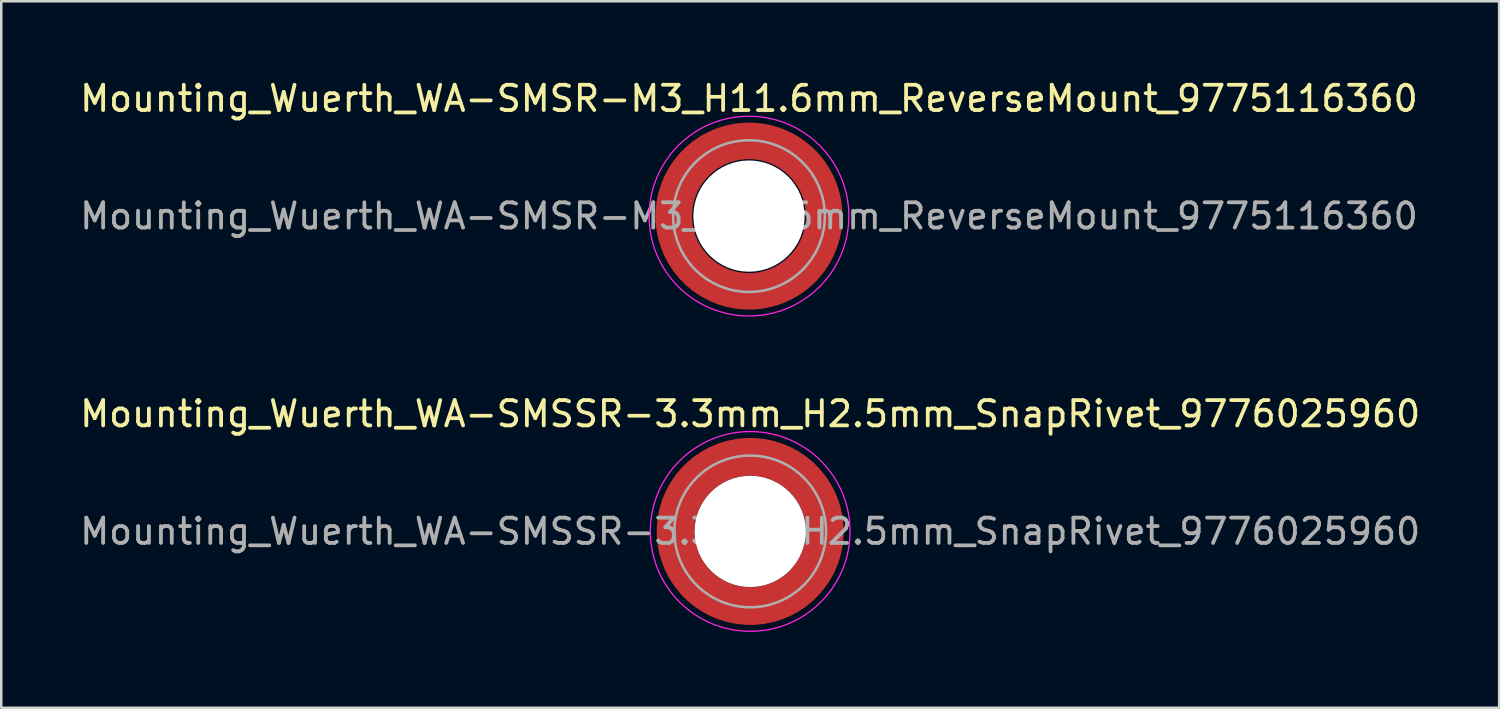
<source format=kicad_pcb>
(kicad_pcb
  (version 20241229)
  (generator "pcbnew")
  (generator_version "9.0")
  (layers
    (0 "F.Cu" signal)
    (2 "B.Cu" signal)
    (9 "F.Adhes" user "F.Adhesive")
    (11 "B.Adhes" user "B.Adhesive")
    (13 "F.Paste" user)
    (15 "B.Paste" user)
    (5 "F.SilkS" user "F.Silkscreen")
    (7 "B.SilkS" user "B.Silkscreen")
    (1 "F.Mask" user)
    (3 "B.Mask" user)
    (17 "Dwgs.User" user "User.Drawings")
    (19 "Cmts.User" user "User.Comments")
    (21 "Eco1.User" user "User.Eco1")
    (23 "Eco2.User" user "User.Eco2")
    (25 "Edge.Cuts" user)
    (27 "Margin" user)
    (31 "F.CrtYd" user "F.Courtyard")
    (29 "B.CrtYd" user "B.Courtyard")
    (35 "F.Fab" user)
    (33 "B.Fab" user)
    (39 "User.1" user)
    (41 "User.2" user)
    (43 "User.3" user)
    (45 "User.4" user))
  (footprint "Mounting_Wuerth_WA-SMSR-M3_H11.6mm_ReverseMount_9775116360"
    (layer "F.Cu")
    (at 26.577 5.498)
    (property "Reference" "Mounting_Wuerth_WA-SMSR-M3_H11.6mm_ReverseMount_9775116360" (at 0 -4.65 0) (layer "F.SilkS") (effects (font (size 1 1) (thickness 0.15))))
    (property "Mouser Part no." "" (at 0 0 0) (layer "F.Fab") (effects (font (size 1.27 1.27) (thickness 0.15))))
    (property "Mouser link" "" (at 0 0 0) (layer "F.Fab") (effects (font (size 1.27 1.27) (thickness 0.15))))
    (attr smd)
    (fp_circle (center 0 0) (end 3.95 0) (stroke (width 0.05) (type solid)) (fill no) (layer "F.CrtYd"))
    (fp_circle (center 0 0) (end 3 0) (stroke (width 0.1) (type solid)) (fill no) (layer "F.Fab"))
    (fp_text user "${REFERENCE}" (at 0 0 0) (layer "F.Fab") (effects (font (size 1 1) (thickness 0.15))))
    (pad "" smd custom (at -2.095 -2.095) (size 0.945 0.945) (layers "F.Paste") (options (anchor circle)) (primitives (gr_arc (start -0.24231 1.594804) (mid 0.404104 0.405534) (end 1.592827 -0.241886) (width 0.2)) (gr_arc (start -0.3398 1.594804) (mid 0.335987 0.338711) (end 1.591031 -0.339022) (width 0.2)) (gr_arc (start -0.437132 1.594804) (mid 0.268952 0.270807) (end 1.592231 -0.436623) (width 0.2)) (gr_arc (start -0.534324 1.594804) (mid 0.201345 0.203474) (end 1.591846 -0.53376) (width 0.2)) (gr_arc (start -0.631391 1.594804) (mid 0.134696 0.135183) (end 1.594126 -0.631267) (width 0.2)) (gr_arc (start -0.728345 1.594804) (mid 0.067234 0.067705) (end 1.594149 -0.728229) (width 0.2)) (gr_arc (start -0.825197 1.594804) (mid -0.001218 0.001219) (end 1.591408 -0.824614) (width 0.2)) (gr_arc (start -0.921958 1.594804) (mid -0.068952 -0.065985) (end 1.590665 -0.921269) (width 0.2)) (gr_arc (start -1.018637 1.594804) (mid -0.135972 -0.133907) (end 1.59192 -1.018172) (width 0.2)) (gr_arc (start -1.115239 1.594804) (mid -0.20428 -0.200537) (end 1.589574 -1.11442) (width 0.2)) (gr_arc (start -1.211773 1.594804) (mid -0.26993 -0.269828) (end 1.594662 -1.211751) (width 0.2)) (gr_arc (start -1.308244 1.594804) (mid -0.33911 -0.335587) (end 1.589875 -1.307516) (width 0.2)) (gr_arc (start -1.404657 1.594804) (mid -0.405633 -0.404004) (end 1.592524 -1.404331) (width 0.2)) (gr_arc (start -1.404657 1.594804) (mid -0.405633 -0.404004) (end 1.592524 -1.404331) (width 0.2)) (gr_line (start 1.595 -0.242) (end 1.595 -1.405) (width 0.2)) (gr_line (start -0.242 1.595) (end -1.405 1.595) (width 0.2))))
    (pad "" smd custom (at -2.095 2.095) (size 0.945 0.945) (layers "F.Paste") (options (anchor circle)) (primitives (gr_arc (start 1.594804 0.24231) (mid 0.405534 -0.404104) (end -0.241886 -1.592827) (width 0.2)) (gr_arc (start 1.594804 0.3398) (mid 0.338711 -0.335987) (end -0.339022 -1.591031) (width 0.2)) (gr_arc (start 1.594804 0.437132) (mid 0.270807 -0.268952) (end -0.436623 -1.592231) (width 0.2)) (gr_arc (start 1.594804 0.534324) (mid 0.203474 -0.201345) (end -0.53376 -1.591846) (width 0.2)) (gr_arc (start 1.594804 0.631391) (mid 0.135183 -0.134696) (end -0.631267 -1.594126) (width 0.2)) (gr_arc (start 1.594804 0.728345) (mid 0.067705 -0.067234) (end -0.728229 -1.594149) (width 0.2)) (gr_arc (start 1.594804 0.825197) (mid 0.001219 0.001218) (end -0.824614 -1.591408) (width 0.2)) (gr_arc (start 1.594804 0.921958) (mid -0.065985 0.068952) (end -0.921269 -1.590665) (width 0.2)) (gr_arc (start 1.594804 1.018637) (mid -0.133907 0.135972) (end -1.018172 -1.59192) (width 0.2)) (gr_arc (start 1.594804 1.115239) (mid -0.200537 0.20428) (end -1.11442 -1.589574) (width 0.2)) (gr_arc (start 1.594804 1.211773) (mid -0.269828 0.26993) (end -1.211751 -1.594662) (width 0.2)) (gr_arc (start 1.594804 1.308244) (mid -0.335587 0.33911) (end -1.307516 -1.589875) (width 0.2)) (gr_arc (start 1.594804 1.404657) (mid -0.404004 0.405633) (end -1.404331 -1.592524) (width 0.2)) (gr_arc (start 1.594804 1.404657) (mid -0.404004 0.405633) (end -1.404331 -1.592524) (width 0.2)) (gr_line (start -0.242 -1.595) (end -1.405 -1.595) (width 0.2)) (gr_line (start 1.595 0.242) (end 1.595 1.405) (width 0.2))))
    (pad "" np_thru_hole circle (at 0 0) (size 4.4 4.4) (drill 4.4) (layers "*.Cu" "*.Mask"))
    (pad "" smd custom (at 2.095 -2.095) (size 0.945 0.945) (layers "F.Paste") (options (anchor circle)) (primitives (gr_arc (start -1.594804 -0.24231) (mid -0.405534 0.404104) (end 0.241886 1.592827) (width 0.2)) (gr_arc (start -1.594804 -0.3398) (mid -0.338711 0.335987) (end 0.339022 1.591031) (width 0.2)) (gr_arc (start -1.594804 -0.437132) (mid -0.270807 0.268952) (end 0.436623 1.592231) (width 0.2)) (gr_arc (start -1.594804 -0.534324) (mid -0.203474 0.201345) (end 0.53376 1.591846) (width 0.2)) (gr_arc (start -1.594804 -0.631391) (mid -0.135183 0.134696) (end 0.631267 1.594126) (width 0.2)) (gr_arc (start -1.594804 -0.728345) (mid -0.067705 0.067234) (end 0.728229 1.594149) (width 0.2)) (gr_arc (start -1.594804 -0.825197) (mid -0.001219 -0.001218) (end 0.824614 1.591408) (width 0.2)) (gr_arc (start -1.594804 -0.921958) (mid 0.065985 -0.068952) (end 0.921269 1.590665) (width 0.2)) (gr_arc (start -1.594804 -1.018637) (mid 0.133907 -0.135972) (end 1.018172 1.59192) (width 0.2)) (gr_arc (start -1.594804 -1.115239) (mid 0.200537 -0.20428) (end 1.11442 1.589574) (width 0.2)) (gr_arc (start -1.594804 -1.211773) (mid 0.269828 -0.26993) (end 1.211751 1.594662) (width 0.2)) (gr_arc (start -1.594804 -1.308244) (mid 0.335587 -0.33911) (end 1.307516 1.589875) (width 0.2)) (gr_arc (start -1.594804 -1.404657) (mid 0.404004 -0.405633) (end 1.404331 1.592524) (width 0.2)) (gr_arc (start -1.594804 -1.404657) (mid 0.404004 -0.405633) (end 1.404331 1.592524) (width 0.2)) (gr_line (start 0.242 1.595) (end 1.405 1.595) (width 0.2)) (gr_line (start -1.595 -0.242) (end -1.595 -1.405) (width 0.2))))
    (pad "" smd custom (at 2.095 2.095) (size 0.945 0.945) (layers "F.Paste") (options (anchor circle)) (primitives (gr_arc (start 0.24231 -1.594804) (mid -0.404104 -0.405534) (end -1.592827 0.241886) (width 0.2)) (gr_arc (start 0.3398 -1.594804) (mid -0.335987 -0.338711) (end -1.591031 0.339022) (width 0.2)) (gr_arc (start 0.437132 -1.594804) (mid -0.268952 -0.270807) (end -1.592231 0.436623) (width 0.2)) (gr_arc (start 0.534324 -1.594804) (mid -0.201345 -0.203474) (end -1.591846 0.53376) (width 0.2)) (gr_arc (start 0.631391 -1.594804) (mid -0.134696 -0.135183) (end -1.594126 0.631267) (width 0.2)) (gr_arc (start 0.728345 -1.594804) (mid -0.067234 -0.067705) (end -1.594149 0.728229) (width 0.2)) (gr_arc (start 0.825197 -1.594804) (mid 0.001218 -0.001219) (end -1.591408 0.824614) (width 0.2)) (gr_arc (start 0.921958 -1.594804) (mid 0.068952 0.065985) (end -1.590665 0.921269) (width 0.2)) (gr_arc (start 1.018637 -1.594804) (mid 0.135972 0.133907) (end -1.59192 1.018172) (width 0.2)) (gr_arc (start 1.115239 -1.594804) (mid 0.20428 0.200537) (end -1.589574 1.11442) (width 0.2)) (gr_arc (start 1.211773 -1.594804) (mid 0.26993 0.269828) (end -1.594662 1.211751) (width 0.2)) (gr_arc (start 1.308244 -1.594804) (mid 0.33911 0.335587) (end -1.589875 1.307516) (width 0.2)) (gr_arc (start 1.404657 -1.594804) (mid 0.405633 0.404004) (end -1.592524 1.404331) (width 0.2)) (gr_arc (start 1.404657 -1.594804) (mid 0.405633 0.404004) (end -1.592524 1.404331) (width 0.2)) (gr_line (start -1.595 0.242) (end -1.595 1.405) (width 0.2)) (gr_line (start 0.242 -1.595) (end 1.405 -1.595) (width 0.2))))
    (pad "1" smd circle (at -2.975 0) (size 1.05 1.05) (layers "F.Cu"))
    (pad "1" smd circle (at 0 -2.975) (size 1.05 1.05) (layers "F.Cu"))
    (pad "1" smd circle (at 0 2.975) (size 1.05 1.05) (layers "F.Cu"))
    (pad "1" smd custom (at 2.975 0) (size 1.05 1.05) (layers "F.Cu" "F.Mask") (options (anchor circle)) (primitives (gr_circle (center -2.975 0) (end 0 0) (width 1.45) (fill no)))))
  (footprint "Mounting_Wuerth_WA-SMSSR-3.3mm_H2.5mm_SnapRivet_9776025960"
    (layer "F.Cu")
    (at 26.625 17.971)
    (property "Reference" "Mounting_Wuerth_WA-SMSSR-3.3mm_H2.5mm_SnapRivet_9776025960" (at 0 -4.65 0) (layer "F.SilkS") (effects (font (size 1 1) (thickness 0.15))))
    (property "Mouser Part no." "" (at 0 0 0) (layer "F.Fab") (effects (font (size 1.27 1.27) (thickness 0.15))))
    (property "Mouser link" "" (at 0 0 0) (layer "F.Fab") (effects (font (size 1.27 1.27) (thickness 0.15))))
    (attr smd)
    (fp_circle (center 0 0) (end 3.95 0) (stroke (width 0.05) (type solid)) (fill no) (layer "F.CrtYd"))
    (fp_circle (center 0 0) (end 3 0) (stroke (width 0.1) (type solid)) (fill no) (layer "F.Fab"))
    (fp_text user "${REFERENCE}" (at 0 0 0) (layer "F.Fab") (effects (font (size 1 1) (thickness 0.15))))
    (pad "" smd custom (at -2.077 -2.077) (size 0.995 0.995) (layers "F.Paste") (options (anchor circle)) (primitives (gr_arc (start -0.208831 1.577126) (mid 0.422144 0.422848) (end 1.576154 -0.208618) (width 0.2)) (gr_arc (start -0.310669 1.577126) (mid 0.35138 0.352781) (end 1.575188 -0.310262) (width 0.2)) (gr_arc (start -0.412325 1.577126) (mid 0.280305 0.283024) (end 1.573357 -0.411565) (width 0.2)) (gr_arc (start -0.51382 1.577126) (mid 0.210358 0.212139) (end 1.574653 -0.513342) (width 0.2)) (gr_arc (start -0.615172 1.577126) (mid 0.139846 0.141818) (end 1.574384 -0.614661) (width 0.2)) (gr_arc (start -0.716397 1.577126) (mid 0.070334 0.070498) (end 1.576898 -0.716356) (width 0.2)) (gr_arc (start -0.817508 1.577126) (mid -0.001805 0.001806) (end 1.572094 -0.816634) (width 0.2)) (gr_arc (start -0.918517 1.577126) (mid -0.071322 -0.06951) (end 1.574599 -0.918094) (width 0.2)) (gr_arc (start -1.019433 1.577126) (mid -0.141902 -0.139762) (end 1.574138 -1.018949) (width 0.2)) (gr_arc (start -1.120266 1.577126) (mid -0.211736 -0.210761) (end 1.575763 -1.120053) (width 0.2)) (gr_arc (start -1.221022 1.577126) (mid -0.282882 -0.280446) (end 1.57372 -1.220504) (width 0.2)) (gr_arc (start -1.32171 1.577126) (mid -0.353407 -0.350753) (end 1.573414 -1.321162) (width 0.2)) (gr_arc (start -1.422335 1.577126) (mid -0.423311 -0.421682) (end 1.574846 -1.422009) (width 0.2)) (gr_line (start 1.577 -0.209) (end 1.577 -1.422) (width 0.2)) (gr_line (start -0.209 1.577) (end -1.422 1.577) (width 0.2))))
    (pad "" smd custom (at -2.077 2.077) (size 0.995 0.995) (layers "F.Paste") (options (anchor circle)) (primitives (gr_arc (start 1.577126 0.208831) (mid 0.422848 -0.422144) (end -0.208618 -1.576154) (width 0.2)) (gr_arc (start 1.577126 0.310669) (mid 0.352781 -0.35138) (end -0.310262 -1.575188) (width 0.2)) (gr_arc (start 1.577126 0.412325) (mid 0.283024 -0.280305) (end -0.411565 -1.573357) (width 0.2)) (gr_arc (start 1.577126 0.51382) (mid 0.212139 -0.210358) (end -0.513342 -1.574653) (width 0.2)) (gr_arc (start 1.577126 0.615172) (mid 0.141818 -0.139846) (end -0.614661 -1.574384) (width 0.2)) (gr_arc (start 1.577126 0.716397) (mid 0.070498 -0.070334) (end -0.716356 -1.576898) (width 0.2)) (gr_arc (start 1.577126 0.817508) (mid 0.001806 0.001805) (end -0.816634 -1.572094) (width 0.2)) (gr_arc (start 1.577126 0.918517) (mid -0.06951 0.071322) (end -0.918094 -1.574599) (width 0.2)) (gr_arc (start 1.577126 1.019433) (mid -0.139762 0.141902) (end -1.018949 -1.574138) (width 0.2)) (gr_arc (start 1.577126 1.120266) (mid -0.210761 0.211736) (end -1.120053 -1.575763) (width 0.2)) (gr_arc (start 1.577126 1.221022) (mid -0.280446 0.282882) (end -1.220504 -1.57372) (width 0.2)) (gr_arc (start 1.577126 1.32171) (mid -0.350753 0.353407) (end -1.321162 -1.573414) (width 0.2)) (gr_arc (start 1.577126 1.422335) (mid -0.421682 0.423311) (end -1.422009 -1.574846) (width 0.2)) (gr_line (start -0.209 -1.577) (end -1.422 -1.577) (width 0.2)) (gr_line (start 1.577 0.209) (end 1.577 1.422) (width 0.2))))
    (pad "" np_thru_hole circle (at 0 0) (size 4.4 4.4) (drill 4.4) (layers "*.Cu" "*.Mask"))
    (pad "" smd custom (at 2.077 -2.077) (size 0.995 0.995) (layers "F.Paste") (options (anchor circle)) (primitives (gr_arc (start -1.577126 -0.208831) (mid -0.422848 0.422144) (end 0.208618 1.576154) (width 0.2)) (gr_arc (start -1.577126 -0.310669) (mid -0.352781 0.35138) (end 0.310262 1.575188) (width 0.2)) (gr_arc (start -1.577126 -0.412325) (mid -0.283024 0.280305) (end 0.411565 1.573357) (width 0.2)) (gr_arc (start -1.577126 -0.51382) (mid -0.212139 0.210358) (end 0.513342 1.574653) (width 0.2)) (gr_arc (start -1.577126 -0.615172) (mid -0.141818 0.139846) (end 0.614661 1.574384) (width 0.2)) (gr_arc (start -1.577126 -0.716397) (mid -0.070498 0.070334) (end 0.716356 1.576898) (width 0.2)) (gr_arc (start -1.577126 -0.817508) (mid -0.001806 -0.001805) (end 0.816634 1.572094) (width 0.2)) (gr_arc (start -1.577126 -0.918517) (mid 0.06951 -0.071322) (end 0.918094 1.574599) (width 0.2)) (gr_arc (start -1.577126 -1.019433) (mid 0.139762 -0.141902) (end 1.018949 1.574138) (width 0.2)) (gr_arc (start -1.577126 -1.120266) (mid 0.210761 -0.211736) (end 1.120053 1.575763) (width 0.2)) (gr_arc (start -1.577126 -1.221022) (mid 0.280446 -0.282882) (end 1.220504 1.57372) (width 0.2)) (gr_arc (start -1.577126 -1.32171) (mid 0.350753 -0.353407) (end 1.321162 1.573414) (width 0.2)) (gr_arc (start -1.577126 -1.422335) (mid 0.421682 -0.423311) (end 1.422009 1.574846) (width 0.2)) (gr_line (start 0.209 1.577) (end 1.422 1.577) (width 0.2)) (gr_line (start -1.577 -0.209) (end -1.577 -1.422) (width 0.2))))
    (pad "" smd custom (at 2.077 2.077) (size 0.995 0.995) (layers "F.Paste") (options (anchor circle)) (primitives (gr_arc (start 0.208831 -1.577126) (mid -0.422144 -0.422848) (end -1.576154 0.208618) (width 0.2)) (gr_arc (start 0.310669 -1.577126) (mid -0.35138 -0.352781) (end -1.575188 0.310262) (width 0.2)) (gr_arc (start 0.412325 -1.577126) (mid -0.280305 -0.283024) (end -1.573357 0.411565) (width 0.2)) (gr_arc (start 0.51382 -1.577126) (mid -0.210358 -0.212139) (end -1.574653 0.513342) (width 0.2)) (gr_arc (start 0.615172 -1.577126) (mid -0.139846 -0.141818) (end -1.574384 0.614661) (width 0.2)) (gr_arc (start 0.716397 -1.577126) (mid -0.070334 -0.070498) (end -1.576898 0.716356) (width 0.2)) (gr_arc (start 0.817508 -1.577126) (mid 0.001805 -0.001806) (end -1.572094 0.816634) (width 0.2)) (gr_arc (start 0.918517 -1.577126) (mid 0.071322 0.06951) (end -1.574599 0.918094) (width 0.2)) (gr_arc (start 1.019433 -1.577126) (mid 0.141902 0.139762) (end -1.574138 1.018949) (width 0.2)) (gr_arc (start 1.120266 -1.577126) (mid 0.211736 0.210761) (end -1.575763 1.120053) (width 0.2)) (gr_arc (start 1.221022 -1.577126) (mid 0.282882 0.280446) (end -1.57372 1.220504) (width 0.2)) (gr_arc (start 1.32171 -1.577126) (mid 0.353407 0.350753) (end -1.573414 1.321162) (width 0.2)) (gr_arc (start 1.422335 -1.577126) (mid 0.423311 0.421682) (end -1.574846 1.422009) (width 0.2)) (gr_line (start -1.577 0.209) (end -1.577 1.422) (width 0.2)) (gr_line (start 0.209 -1.577) (end 1.422 -1.577) (width 0.2))))
    (pad "1" smd circle (at -2.95 0) (size 1.1 1.1) (layers "F.Cu"))
    (pad "1" smd circle (at 0 -2.95) (size 1.1 1.1) (layers "F.Cu"))
    (pad "1" smd circle (at 0 2.95) (size 1.1 1.1) (layers "F.Cu"))
    (pad "1" smd custom (at 2.95 0) (size 1.1 1.1) (layers "F.Cu" "F.Mask") (options (anchor circle)) (primitives (gr_circle (center -2.95 0) (end 0 0) (width 1.5) (fill no)))))
  (gr_rect
    (start -3 -3)
    (end 56.25 24.947)
    (stroke (width 0.1) (type default))
    (fill no)
    (layer "Edge.Cuts")))
</source>
